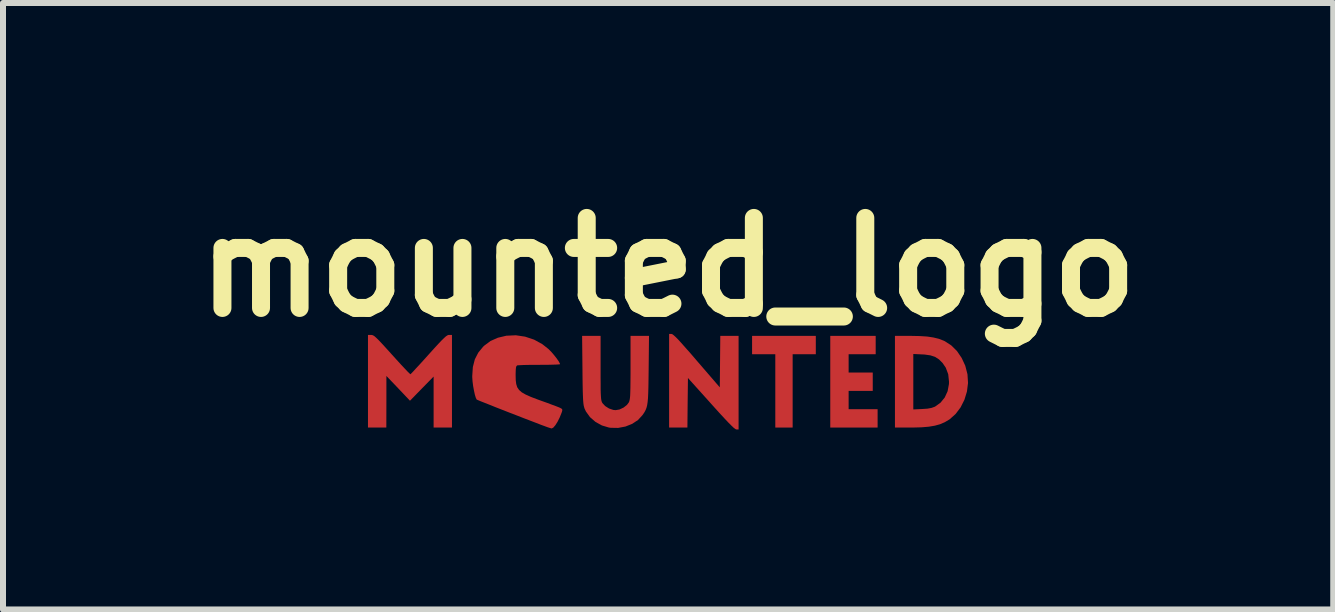
<source format=kicad_pcb>
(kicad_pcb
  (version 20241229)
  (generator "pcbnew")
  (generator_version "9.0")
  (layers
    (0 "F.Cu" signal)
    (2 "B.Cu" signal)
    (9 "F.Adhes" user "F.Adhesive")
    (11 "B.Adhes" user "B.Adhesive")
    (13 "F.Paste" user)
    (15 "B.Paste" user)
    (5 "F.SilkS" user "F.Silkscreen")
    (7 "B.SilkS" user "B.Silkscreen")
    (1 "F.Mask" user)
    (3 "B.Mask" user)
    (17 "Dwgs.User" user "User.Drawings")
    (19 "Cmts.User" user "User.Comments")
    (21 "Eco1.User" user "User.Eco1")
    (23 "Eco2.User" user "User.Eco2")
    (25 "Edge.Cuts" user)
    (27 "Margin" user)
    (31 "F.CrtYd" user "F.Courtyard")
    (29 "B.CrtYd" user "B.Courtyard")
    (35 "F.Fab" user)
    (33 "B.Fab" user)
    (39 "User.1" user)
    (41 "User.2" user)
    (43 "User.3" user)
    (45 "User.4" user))
  (footprint "mounted_logo"
    (layer "F.Cu")
    (at 8.086 3.304)
    (property "Reference" "mounted_logo" (at 0 -1.9 0) (layer "F.SilkS") (effects (font (size 1.5 1.5) (thickness 0.3))))
    (attr board_only exclude_from_pos_files exclude_from_bom)
    (fp_poly (pts (xy 2.461 -0.603) (xy 2.461 -0.45) (xy 2.268 -0.45) (xy 2.075 -0.45) (xy 2.075 0.161) (xy 2.075 0.772) (xy 1.93 0.772) (xy 1.786 0.772) (xy 1.786 0.161) (xy 1.786 -0.45) (xy 1.593 -0.45) (xy 1.399 -0.45) (xy 1.399 -0.603) (xy 1.399 -0.756) (xy 1.93 -0.756) (xy 2.461 -0.756)) (stroke (width 0) (type solid)) (fill yes) (layer "F.Cu"))
    (fp_poly (pts (xy 3.459 -0.603) (xy 3.459 -0.45) (xy 3.233 -0.45) (xy 3.008 -0.45) (xy 3.008 -0.298) (xy 3.008 -0.145) (xy 3.209 -0.145) (xy 3.41 -0.145) (xy 3.41 0.008) (xy 3.41 0.161) (xy 3.209 0.161) (xy 3.008 0.161) (xy 3.008 0.314) (xy 3.008 0.466) (xy 3.249 0.466) (xy 3.491 0.466) (xy 3.491 0.619) (xy 3.491 0.772) (xy 3.097 0.772) (xy 2.702 0.772) (xy 2.702 0.008) (xy 2.702 -0.756) (xy 3.08 -0.756) (xy 3.459 -0.756)) (stroke (width 0) (type solid)) (fill yes) (layer "F.Cu"))
    (fp_poly (pts (xy 0.069 -0.784) (xy 0.091 -0.768) (xy 0.122 -0.74) (xy 0.164 -0.698) (xy 0.219 -0.638) (xy 0.288 -0.56) (xy 0.375 -0.462) (xy 0.477 -0.343) (xy 0.861 0.102) (xy 0.865 -0.327) (xy 0.869 -0.756) (xy 1.022 -0.756) (xy 1.174 -0.756) (xy 1.174 0.024) (xy 1.174 0.804) (xy 1.138 0.804) (xy 1.122 0.798) (xy 1.095 0.778) (xy 1.057 0.742) (xy 1.004 0.689) (xy 0.936 0.617) (xy 0.851 0.525) (xy 0.747 0.41) (xy 0.716 0.375) (xy 0.33 -0.054) (xy 0.325 0.359) (xy 0.321 0.772) (xy 0.169 0.772) (xy 0.016 0.772) (xy 0.016 -0.008) (xy 0.016 -0.788) (xy 0.055 -0.788)) (stroke (width 0) (type solid)) (fill yes) (layer "F.Cu"))
    (fp_poly (pts (xy -3.603 0) (xy -3.603 0.772) (xy -3.756 0.772) (xy -3.909 0.772) (xy -3.909 0.347) (xy -3.909 -0.078) (xy -4.106 0.123) (xy -4.303 0.325) (xy -4.499 0.118) (xy -4.696 -0.088) (xy -4.696 0.342) (xy -4.697 0.772) (xy -4.85 0.772) (xy -5.003 0.772) (xy -5.003 0) (xy -5.003 -0.772) (xy -4.951 -0.772) (xy -4.933 -0.77) (xy -4.915 -0.763) (xy -4.892 -0.748) (xy -4.863 -0.722) (xy -4.823 -0.683) (xy -4.772 -0.629) (xy -4.705 -0.556) (xy -4.62 -0.462) (xy -4.602 -0.442) (xy -4.524 -0.356) (xy -4.453 -0.278) (xy -4.392 -0.213) (xy -4.344 -0.162) (xy -4.31 -0.129) (xy -4.295 -0.116) (xy -4.295 -0.116) (xy -4.282 -0.129) (xy -4.25 -0.162) (xy -4.203 -0.214) (xy -4.142 -0.279) (xy -4.072 -0.356) (xy -3.995 -0.442) (xy -3.991 -0.446) (xy -3.902 -0.545) (xy -3.831 -0.622) (xy -3.777 -0.679) (xy -3.735 -0.72) (xy -3.704 -0.748) (xy -3.68 -0.764) (xy -3.662 -0.771) (xy -3.65 -0.772) (xy -3.603 -0.772)) (stroke (width 0) (type solid)) (fill yes) (layer "F.Cu"))
    (fp_poly (pts (xy 4.042 -0.756) (xy 4.192 -0.753) (xy 4.317 -0.745) (xy 4.422 -0.729) (xy 4.512 -0.707) (xy 4.592 -0.676) (xy 4.613 -0.666) (xy 4.719 -0.597) (xy 4.814 -0.503) (xy 4.892 -0.388) (xy 4.952 -0.259) (xy 4.988 -0.12) (xy 4.989 -0.115) (xy 4.998 0.029) (xy 4.98 0.172) (xy 4.938 0.309) (xy 4.874 0.436) (xy 4.791 0.546) (xy 4.691 0.635) (xy 4.61 0.683) (xy 4.531 0.717) (xy 4.444 0.741) (xy 4.342 0.758) (xy 4.222 0.768) (xy 4.076 0.772) (xy 4.042 0.772) (xy 3.78 0.772) (xy 3.78 0.008) (xy 3.78 -0.454) (xy 4.086 -0.454) (xy 4.086 0.008) (xy 4.086 0.47) (xy 4.235 0.463) (xy 4.323 0.457) (xy 4.388 0.445) (xy 4.439 0.427) (xy 4.45 0.422) (xy 4.54 0.357) (xy 4.61 0.271) (xy 4.658 0.166) (xy 4.68 0.047) (xy 4.681 0.008) (xy 4.668 -0.117) (xy 4.627 -0.226) (xy 4.574 -0.304) (xy 4.514 -0.364) (xy 4.449 -0.406) (xy 4.372 -0.431) (xy 4.275 -0.445) (xy 4.235 -0.447) (xy 4.086 -0.454) (xy 3.78 -0.454) (xy 3.78 -0.756)) (stroke (width 0) (type solid)) (fill yes) (layer "F.Cu"))
    (fp_poly (pts (xy -1.126 -0.221) (xy -1.126 -0.075) (xy -1.125 0.042) (xy -1.125 0.134) (xy -1.123 0.205) (xy -1.12 0.257) (xy -1.117 0.296) (xy -1.112 0.323) (xy -1.106 0.343) (xy -1.098 0.36) (xy -1.093 0.367) (xy -1.049 0.414) (xy -0.986 0.454) (xy -0.915 0.478) (xy -0.876 0.482) (xy -0.811 0.471) (xy -0.743 0.439) (xy -0.687 0.395) (xy -0.656 0.354) (xy -0.648 0.335) (xy -0.642 0.312) (xy -0.637 0.281) (xy -0.633 0.238) (xy -0.631 0.18) (xy -0.629 0.102) (xy -0.628 0.002) (xy -0.627 -0.124) (xy -0.627 -0.229) (xy -0.627 -0.756) (xy -0.473 -0.756) (xy -0.319 -0.756) (xy -0.325 -0.197) (xy -0.327 -0.039) (xy -0.329 0.091) (xy -0.332 0.197) (xy -0.336 0.281) (xy -0.342 0.347) (xy -0.35 0.4) (xy -0.361 0.443) (xy -0.375 0.479) (xy -0.393 0.513) (xy -0.415 0.547) (xy -0.428 0.565) (xy -0.502 0.646) (xy -0.599 0.71) (xy -0.711 0.755) (xy -0.833 0.778) (xy -0.956 0.776) (xy -0.987 0.772) (xy -1.104 0.737) (xy -1.211 0.678) (xy -1.302 0.599) (xy -1.37 0.505) (xy -1.394 0.454) (xy -1.401 0.43) (xy -1.408 0.402) (xy -1.413 0.365) (xy -1.417 0.317) (xy -1.42 0.254) (xy -1.423 0.172) (xy -1.425 0.068) (xy -1.427 -0.062) (xy -1.428 -0.189) (xy -1.434 -0.756) (xy -1.28 -0.756) (xy -1.126 -0.756)) (stroke (width 0) (type solid)) (fill yes) (layer "F.Cu"))
    (fp_poly (pts (xy -2.384 -0.743) (xy -2.234 -0.693) (xy -2.096 -0.617) (xy -1.996 -0.538) (xy -1.948 -0.49) (xy -1.9 -0.434) (xy -1.857 -0.379) (xy -1.823 -0.33) (xy -1.804 -0.294) (xy -1.802 -0.284) (xy -1.817 -0.281) (xy -1.86 -0.278) (xy -1.925 -0.276) (xy -2.009 -0.274) (xy -2.107 -0.274) (xy -2.146 -0.273) (xy -2.249 -0.273) (xy -2.343 -0.272) (xy -2.421 -0.27) (xy -2.479 -0.267) (xy -2.512 -0.265) (xy -2.516 -0.264) (xy -2.528 -0.253) (xy -2.536 -0.23) (xy -2.54 -0.188) (xy -2.542 -0.12) (xy -2.542 -0.097) (xy -2.54 -0.017) (xy -2.532 0.047) (xy -2.515 0.101) (xy -2.485 0.145) (xy -2.44 0.185) (xy -2.375 0.222) (xy -2.288 0.261) (xy -2.175 0.304) (xy -2.106 0.329) (xy -2.016 0.361) (xy -1.934 0.392) (xy -1.866 0.417) (xy -1.818 0.436) (xy -1.798 0.445) (xy -1.771 0.461) (xy -1.763 0.478) (xy -1.77 0.509) (xy -1.777 0.528) (xy -1.808 0.605) (xy -1.843 0.675) (xy -1.879 0.732) (xy -1.913 0.772) (xy -1.94 0.787) (xy -1.942 0.787) (xy -1.965 0.781) (xy -2.002 0.769) (xy -2.003 0.769) (xy -2.049 0.752) (xy -2.117 0.727) (xy -2.202 0.694) (xy -2.301 0.656) (xy -2.411 0.614) (xy -2.526 0.569) (xy -2.643 0.524) (xy -2.758 0.479) (xy -2.868 0.436) (xy -2.967 0.396) (xy -3.053 0.362) (xy -3.122 0.335) (xy -3.169 0.315) (xy -3.19 0.306) (xy -3.191 0.305) (xy -3.205 0.278) (xy -3.221 0.226) (xy -3.236 0.158) (xy -3.25 0.082) (xy -3.26 0.004) (xy -3.265 -0.066) (xy -3.265 -0.088) (xy -3.255 -0.237) (xy -3.222 -0.365) (xy -3.165 -0.476) (xy -3.084 -0.575) (xy -3.064 -0.594) (xy -2.96 -0.671) (xy -2.838 -0.725) (xy -2.695 -0.759) (xy -2.69 -0.759) (xy -2.538 -0.766)) (stroke (width 0) (type solid)) (fill yes) (layer "F.Cu"))
    (fp_poly (pts (xy 2.461 -0.603) (xy 2.461 -0.45) (xy 2.268 -0.45) (xy 2.075 -0.45) (xy 2.075 0.161) (xy 2.075 0.772) (xy 1.93 0.772) (xy 1.786 0.772) (xy 1.786 0.161) (xy 1.786 -0.45) (xy 1.593 -0.45) (xy 1.399 -0.45) (xy 1.399 -0.603) (xy 1.399 -0.756) (xy 1.93 -0.756) (xy 2.461 -0.756)) (stroke (width 0) (type solid)) (fill yes) (layer "F.Mask"))
    (fp_poly (pts (xy 3.459 -0.603) (xy 3.459 -0.45) (xy 3.233 -0.45) (xy 3.008 -0.45) (xy 3.008 -0.298) (xy 3.008 -0.145) (xy 3.209 -0.145) (xy 3.41 -0.145) (xy 3.41 0.008) (xy 3.41 0.161) (xy 3.209 0.161) (xy 3.008 0.161) (xy 3.008 0.314) (xy 3.008 0.466) (xy 3.249 0.466) (xy 3.491 0.466) (xy 3.491 0.619) (xy 3.491 0.772) (xy 3.097 0.772) (xy 2.702 0.772) (xy 2.702 0.008) (xy 2.702 -0.756) (xy 3.08 -0.756) (xy 3.459 -0.756)) (stroke (width 0) (type solid)) (fill yes) (layer "F.Mask"))
    (fp_poly (pts (xy 0.069 -0.784) (xy 0.091 -0.768) (xy 0.122 -0.74) (xy 0.164 -0.698) (xy 0.219 -0.638) (xy 0.288 -0.56) (xy 0.375 -0.462) (xy 0.477 -0.343) (xy 0.861 0.102) (xy 0.865 -0.327) (xy 0.869 -0.756) (xy 1.022 -0.756) (xy 1.174 -0.756) (xy 1.174 0.024) (xy 1.174 0.804) (xy 1.138 0.804) (xy 1.122 0.798) (xy 1.095 0.778) (xy 1.057 0.742) (xy 1.004 0.689) (xy 0.936 0.617) (xy 0.851 0.525) (xy 0.747 0.41) (xy 0.716 0.375) (xy 0.33 -0.054) (xy 0.325 0.359) (xy 0.321 0.772) (xy 0.169 0.772) (xy 0.016 0.772) (xy 0.016 -0.008) (xy 0.016 -0.788) (xy 0.055 -0.788)) (stroke (width 0) (type solid)) (fill yes) (layer "F.Mask"))
    (fp_poly (pts (xy -3.603 0) (xy -3.603 0.772) (xy -3.756 0.772) (xy -3.909 0.772) (xy -3.909 0.347) (xy -3.909 -0.078) (xy -4.106 0.123) (xy -4.303 0.325) (xy -4.499 0.118) (xy -4.696 -0.088) (xy -4.696 0.342) (xy -4.697 0.772) (xy -4.85 0.772) (xy -5.003 0.772) (xy -5.003 0) (xy -5.003 -0.772) (xy -4.951 -0.772) (xy -4.933 -0.77) (xy -4.915 -0.763) (xy -4.892 -0.748) (xy -4.863 -0.722) (xy -4.823 -0.683) (xy -4.772 -0.629) (xy -4.705 -0.556) (xy -4.62 -0.462) (xy -4.602 -0.442) (xy -4.524 -0.356) (xy -4.453 -0.278) (xy -4.392 -0.213) (xy -4.344 -0.162) (xy -4.31 -0.129) (xy -4.295 -0.116) (xy -4.295 -0.116) (xy -4.282 -0.129) (xy -4.25 -0.162) (xy -4.203 -0.214) (xy -4.142 -0.279) (xy -4.072 -0.356) (xy -3.995 -0.442) (xy -3.991 -0.446) (xy -3.902 -0.545) (xy -3.831 -0.622) (xy -3.777 -0.679) (xy -3.735 -0.72) (xy -3.704 -0.748) (xy -3.68 -0.764) (xy -3.662 -0.771) (xy -3.65 -0.772) (xy -3.603 -0.772)) (stroke (width 0) (type solid)) (fill yes) (layer "F.Mask"))
    (fp_poly (pts (xy 4.042 -0.756) (xy 4.192 -0.753) (xy 4.317 -0.745) (xy 4.422 -0.729) (xy 4.512 -0.707) (xy 4.592 -0.676) (xy 4.613 -0.666) (xy 4.719 -0.597) (xy 4.814 -0.503) (xy 4.892 -0.388) (xy 4.952 -0.259) (xy 4.988 -0.12) (xy 4.989 -0.115) (xy 4.998 0.029) (xy 4.98 0.172) (xy 4.938 0.309) (xy 4.874 0.436) (xy 4.791 0.546) (xy 4.691 0.635) (xy 4.61 0.683) (xy 4.531 0.717) (xy 4.444 0.741) (xy 4.342 0.758) (xy 4.222 0.768) (xy 4.076 0.772) (xy 4.042 0.772) (xy 3.78 0.772) (xy 3.78 0.008) (xy 3.78 -0.454) (xy 4.086 -0.454) (xy 4.086 0.008) (xy 4.086 0.47) (xy 4.235 0.463) (xy 4.323 0.457) (xy 4.388 0.445) (xy 4.439 0.427) (xy 4.45 0.422) (xy 4.54 0.357) (xy 4.61 0.271) (xy 4.658 0.166) (xy 4.68 0.047) (xy 4.681 0.008) (xy 4.668 -0.117) (xy 4.627 -0.226) (xy 4.574 -0.304) (xy 4.514 -0.364) (xy 4.449 -0.406) (xy 4.372 -0.431) (xy 4.275 -0.445) (xy 4.235 -0.447) (xy 4.086 -0.454) (xy 3.78 -0.454) (xy 3.78 -0.756)) (stroke (width 0) (type solid)) (fill yes) (layer "F.Mask"))
    (fp_poly (pts (xy -1.126 -0.221) (xy -1.126 -0.075) (xy -1.125 0.042) (xy -1.125 0.134) (xy -1.123 0.205) (xy -1.12 0.257) (xy -1.117 0.296) (xy -1.112 0.323) (xy -1.106 0.343) (xy -1.098 0.36) (xy -1.093 0.367) (xy -1.049 0.414) (xy -0.986 0.454) (xy -0.915 0.478) (xy -0.876 0.482) (xy -0.811 0.471) (xy -0.743 0.439) (xy -0.687 0.395) (xy -0.656 0.354) (xy -0.648 0.335) (xy -0.642 0.312) (xy -0.637 0.281) (xy -0.633 0.238) (xy -0.631 0.18) (xy -0.629 0.102) (xy -0.628 0.002) (xy -0.627 -0.124) (xy -0.627 -0.229) (xy -0.627 -0.756) (xy -0.473 -0.756) (xy -0.319 -0.756) (xy -0.325 -0.197) (xy -0.327 -0.039) (xy -0.329 0.091) (xy -0.332 0.197) (xy -0.336 0.281) (xy -0.342 0.347) (xy -0.35 0.4) (xy -0.361 0.443) (xy -0.375 0.479) (xy -0.393 0.513) (xy -0.415 0.547) (xy -0.428 0.565) (xy -0.502 0.646) (xy -0.599 0.71) (xy -0.711 0.755) (xy -0.833 0.778) (xy -0.956 0.776) (xy -0.987 0.772) (xy -1.104 0.737) (xy -1.211 0.678) (xy -1.302 0.599) (xy -1.37 0.505) (xy -1.394 0.454) (xy -1.401 0.43) (xy -1.408 0.402) (xy -1.413 0.365) (xy -1.417 0.317) (xy -1.42 0.254) (xy -1.423 0.172) (xy -1.425 0.068) (xy -1.427 -0.062) (xy -1.428 -0.189) (xy -1.434 -0.756) (xy -1.28 -0.756) (xy -1.126 -0.756)) (stroke (width 0) (type solid)) (fill yes) (layer "F.Mask"))
    (fp_poly (pts (xy -2.384 -0.743) (xy -2.234 -0.693) (xy -2.096 -0.617) (xy -1.996 -0.538) (xy -1.948 -0.49) (xy -1.9 -0.434) (xy -1.857 -0.379) (xy -1.823 -0.33) (xy -1.804 -0.294) (xy -1.802 -0.284) (xy -1.817 -0.281) (xy -1.86 -0.278) (xy -1.925 -0.276) (xy -2.009 -0.274) (xy -2.107 -0.274) (xy -2.146 -0.273) (xy -2.249 -0.273) (xy -2.343 -0.272) (xy -2.421 -0.27) (xy -2.479 -0.267) (xy -2.512 -0.265) (xy -2.516 -0.264) (xy -2.528 -0.253) (xy -2.536 -0.23) (xy -2.54 -0.188) (xy -2.542 -0.12) (xy -2.542 -0.097) (xy -2.54 -0.017) (xy -2.532 0.047) (xy -2.515 0.101) (xy -2.485 0.145) (xy -2.44 0.185) (xy -2.375 0.222) (xy -2.288 0.261) (xy -2.175 0.304) (xy -2.106 0.329) (xy -2.016 0.361) (xy -1.934 0.392) (xy -1.866 0.417) (xy -1.818 0.436) (xy -1.798 0.445) (xy -1.771 0.461) (xy -1.763 0.478) (xy -1.77 0.509) (xy -1.777 0.528) (xy -1.808 0.605) (xy -1.843 0.675) (xy -1.879 0.732) (xy -1.913 0.772) (xy -1.94 0.787) (xy -1.942 0.787) (xy -1.965 0.781) (xy -2.002 0.769) (xy -2.003 0.769) (xy -2.049 0.752) (xy -2.117 0.727) (xy -2.202 0.694) (xy -2.301 0.656) (xy -2.411 0.614) (xy -2.526 0.569) (xy -2.643 0.524) (xy -2.758 0.479) (xy -2.868 0.436) (xy -2.967 0.396) (xy -3.053 0.362) (xy -3.122 0.335) (xy -3.169 0.315) (xy -3.19 0.306) (xy -3.191 0.305) (xy -3.205 0.278) (xy -3.221 0.226) (xy -3.236 0.158) (xy -3.25 0.082) (xy -3.26 0.004) (xy -3.265 -0.066) (xy -3.265 -0.088) (xy -3.255 -0.237) (xy -3.222 -0.365) (xy -3.165 -0.476) (xy -3.084 -0.575) (xy -3.064 -0.594) (xy -2.96 -0.671) (xy -2.838 -0.725) (xy -2.695 -0.759) (xy -2.69 -0.759) (xy -2.538 -0.766)) (stroke (width 0) (type solid)) (fill yes) (layer "F.Mask")))
  (gr_rect
    (start -3 -3)
    (end 19.171 7.108)
    (stroke (width 0.1) (type default))
    (fill no)
    (layer "Edge.Cuts")))
</source>
